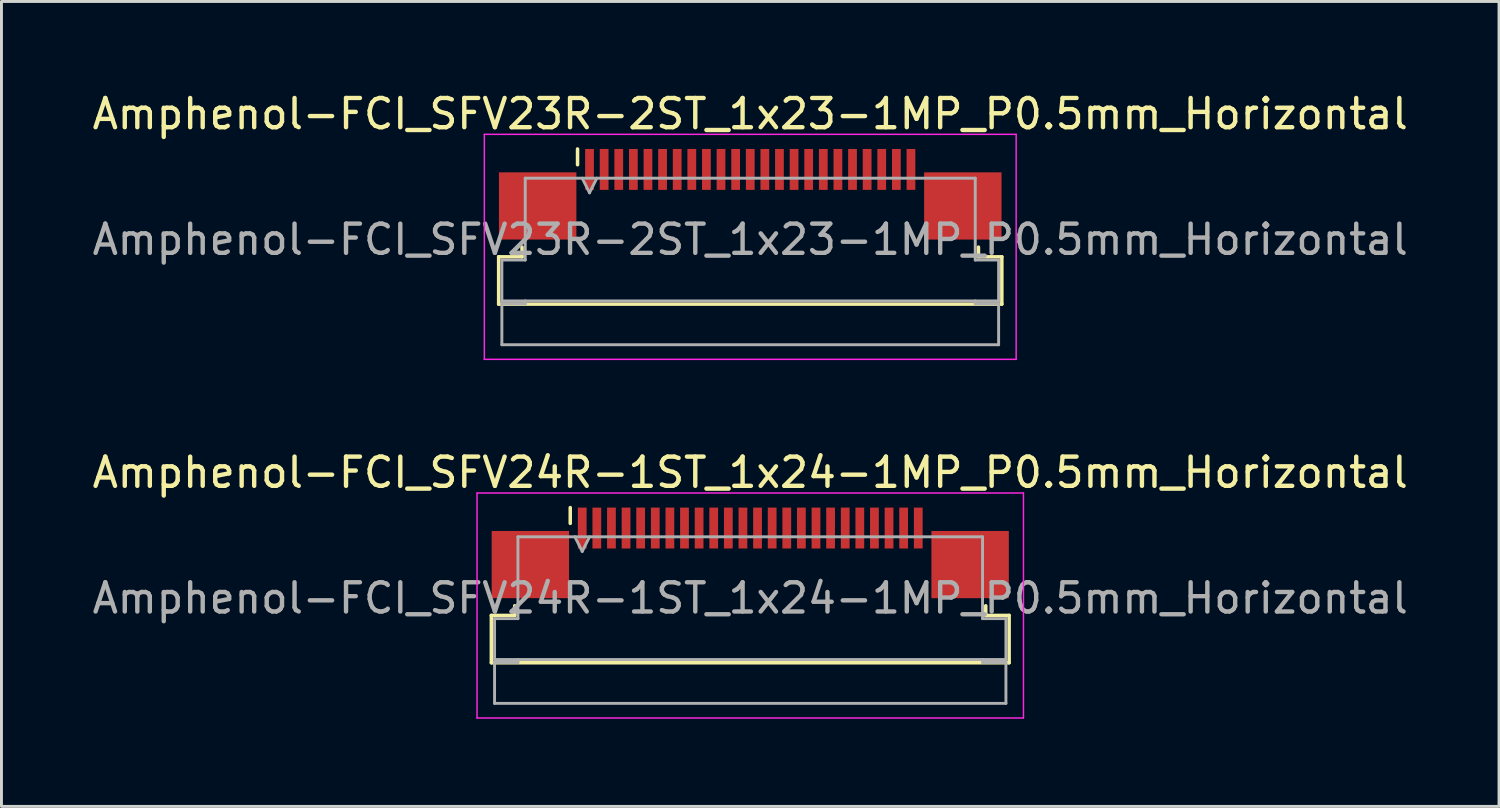
<source format=kicad_pcb>
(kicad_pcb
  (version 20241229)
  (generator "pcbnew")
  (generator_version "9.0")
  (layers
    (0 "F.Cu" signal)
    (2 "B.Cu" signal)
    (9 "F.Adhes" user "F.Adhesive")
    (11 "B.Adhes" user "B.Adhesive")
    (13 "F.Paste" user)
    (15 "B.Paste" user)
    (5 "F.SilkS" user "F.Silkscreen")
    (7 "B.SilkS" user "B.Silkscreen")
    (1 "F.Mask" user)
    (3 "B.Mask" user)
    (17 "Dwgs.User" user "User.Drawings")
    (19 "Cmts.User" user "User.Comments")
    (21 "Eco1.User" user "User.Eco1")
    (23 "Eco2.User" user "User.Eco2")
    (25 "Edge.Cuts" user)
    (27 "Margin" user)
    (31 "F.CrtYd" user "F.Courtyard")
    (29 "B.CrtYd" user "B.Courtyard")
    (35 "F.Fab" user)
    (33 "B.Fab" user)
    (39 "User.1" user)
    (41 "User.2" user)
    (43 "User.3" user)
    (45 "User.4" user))
  (footprint "Amphenol-FCI_SFV24R-1ST_1x24-1MP_P0.5mm_Horizontal"
    (layer "F.Cu")
    (at 22.625 17.021)
    (property "Reference" "Amphenol-FCI_SFV24R-1ST_1x24-1MP_P0.5mm_Horizontal" (at 0 -3.9 0) (layer "F.SilkS") (effects (font (size 1 1) (thickness 0.15))))
    (attr smd)
    (fp_line (start -8.86 0.99) (end -8.06 0.99) (stroke (width 0.12) (type solid)) (layer "F.SilkS"))
    (fp_line (start -8.86 2.61) (end -8.86 0.99) (stroke (width 0.12) (type solid)) (layer "F.SilkS"))
    (fp_line (start -8.06 0.99) (end -8.06 0.66) (stroke (width 0.12) (type solid)) (layer "F.SilkS"))
    (fp_line (start -6.16 -2.16) (end -6.16 -2.7) (stroke (width 0.12) (type solid)) (layer "F.SilkS"))
    (fp_line (start 8.06 0.66) (end 8.06 0.99) (stroke (width 0.12) (type solid)) (layer "F.SilkS"))
    (fp_line (start 8.06 0.99) (end 8.86 0.99) (stroke (width 0.12) (type solid)) (layer "F.SilkS"))
    (fp_line (start 8.86 0.99) (end 8.86 2.61) (stroke (width 0.12) (type solid)) (layer "F.SilkS"))
    (fp_line (start 8.86 2.61) (end -8.86 2.61) (stroke (width 0.12) (type solid)) (layer "F.SilkS"))
    (fp_line (start -9.35 -3.2) (end -9.35 4.5) (stroke (width 0.05) (type solid)) (layer "F.CrtYd"))
    (fp_line (start -9.35 4.5) (end 9.35 4.5) (stroke (width 0.05) (type solid)) (layer "F.CrtYd"))
    (fp_line (start 9.35 -3.2) (end -9.35 -3.2) (stroke (width 0.05) (type solid)) (layer "F.CrtYd"))
    (fp_line (start 9.35 4.5) (end 9.35 -3.2) (stroke (width 0.05) (type solid)) (layer "F.CrtYd"))
    (fp_line (start -8.75 1.1) (end -7.95 1.1) (stroke (width 0.1) (type solid)) (layer "F.Fab"))
    (fp_line (start -8.75 2.5) (end -8.75 1.1) (stroke (width 0.1) (type solid)) (layer "F.Fab"))
    (fp_line (start -8.75 2.6) (end -7.95 2.6) (stroke (width 0.1) (type solid)) (layer "F.Fab"))
    (fp_line (start -8.75 4) (end -8.75 2.6) (stroke (width 0.1) (type solid)) (layer "F.Fab"))
    (fp_line (start -7.95 -1.7) (end 7.95 -1.7) (stroke (width 0.1) (type solid)) (layer "F.Fab"))
    (fp_line (start -7.95 1.1) (end -7.95 -1.7) (stroke (width 0.1) (type solid)) (layer "F.Fab"))
    (fp_line (start -7.95 2.6) (end -7.95 2.5) (stroke (width 0.1) (type solid)) (layer "F.Fab"))
    (fp_line (start -6 -1.7) (end -5.75 -1.2) (stroke (width 0.1) (type solid)) (layer "F.Fab"))
    (fp_line (start -5.75 -1.2) (end -5.5 -1.7) (stroke (width 0.1) (type solid)) (layer "F.Fab"))
    (fp_line (start 7.95 -1.7) (end 7.95 1.1) (stroke (width 0.1) (type solid)) (layer "F.Fab"))
    (fp_line (start 7.95 1.1) (end 8.75 1.1) (stroke (width 0.1) (type solid)) (layer "F.Fab"))
    (fp_line (start 7.95 2.5) (end 7.95 2.6) (stroke (width 0.1) (type solid)) (layer "F.Fab"))
    (fp_line (start 7.95 2.6) (end 8.75 2.6) (stroke (width 0.1) (type solid)) (layer "F.Fab"))
    (fp_line (start 8.75 1.1) (end 8.75 2.5) (stroke (width 0.1) (type solid)) (layer "F.Fab"))
    (fp_line (start 8.75 2.5) (end -8.75 2.5) (stroke (width 0.1) (type solid)) (layer "F.Fab"))
    (fp_line (start 8.75 2.6) (end 8.75 4) (stroke (width 0.1) (type solid)) (layer "F.Fab"))
    (fp_line (start 8.75 4) (end -8.75 4) (stroke (width 0.1) (type solid)) (layer "F.Fab"))
    (fp_text user "${REFERENCE}" (at 0 0.4 0) (layer "F.Fab") (effects (font (size 1 1) (thickness 0.15))))
    (pad "1" smd rect (at -5.75 -2) (size 0.3 1.4) (layers "F.Cu" "F.Mask" "F.Paste"))
    (pad "2" smd rect (at -5.25 -2) (size 0.3 1.4) (layers "F.Cu" "F.Mask" "F.Paste"))
    (pad "3" smd rect (at -4.75 -2) (size 0.3 1.4) (layers "F.Cu" "F.Mask" "F.Paste"))
    (pad "4" smd rect (at -4.25 -2) (size 0.3 1.4) (layers "F.Cu" "F.Mask" "F.Paste"))
    (pad "5" smd rect (at -3.75 -2) (size 0.3 1.4) (layers "F.Cu" "F.Mask" "F.Paste"))
    (pad "6" smd rect (at -3.25 -2) (size 0.3 1.4) (layers "F.Cu" "F.Mask" "F.Paste"))
    (pad "7" smd rect (at -2.75 -2) (size 0.3 1.4) (layers "F.Cu" "F.Mask" "F.Paste"))
    (pad "8" smd rect (at -2.25 -2) (size 0.3 1.4) (layers "F.Cu" "F.Mask" "F.Paste"))
    (pad "9" smd rect (at -1.75 -2) (size 0.3 1.4) (layers "F.Cu" "F.Mask" "F.Paste"))
    (pad "10" smd rect (at -1.25 -2) (size 0.3 1.4) (layers "F.Cu" "F.Mask" "F.Paste"))
    (pad "11" smd rect (at -0.75 -2) (size 0.3 1.4) (layers "F.Cu" "F.Mask" "F.Paste"))
    (pad "12" smd rect (at -0.25 -2) (size 0.3 1.4) (layers "F.Cu" "F.Mask" "F.Paste"))
    (pad "13" smd rect (at 0.25 -2) (size 0.3 1.4) (layers "F.Cu" "F.Mask" "F.Paste"))
    (pad "14" smd rect (at 0.75 -2) (size 0.3 1.4) (layers "F.Cu" "F.Mask" "F.Paste"))
    (pad "15" smd rect (at 1.25 -2) (size 0.3 1.4) (layers "F.Cu" "F.Mask" "F.Paste"))
    (pad "16" smd rect (at 1.75 -2) (size 0.3 1.4) (layers "F.Cu" "F.Mask" "F.Paste"))
    (pad "17" smd rect (at 2.25 -2) (size 0.3 1.4) (layers "F.Cu" "F.Mask" "F.Paste"))
    (pad "18" smd rect (at 2.75 -2) (size 0.3 1.4) (layers "F.Cu" "F.Mask" "F.Paste"))
    (pad "19" smd rect (at 3.25 -2) (size 0.3 1.4) (layers "F.Cu" "F.Mask" "F.Paste"))
    (pad "20" smd rect (at 3.75 -2) (size 0.3 1.4) (layers "F.Cu" "F.Mask" "F.Paste"))
    (pad "21" smd rect (at 4.25 -2) (size 0.3 1.4) (layers "F.Cu" "F.Mask" "F.Paste"))
    (pad "22" smd rect (at 4.75 -2) (size 0.3 1.4) (layers "F.Cu" "F.Mask" "F.Paste"))
    (pad "23" smd rect (at 5.25 -2) (size 0.3 1.4) (layers "F.Cu" "F.Mask" "F.Paste"))
    (pad "24" smd rect (at 5.75 -2) (size 0.3 1.4) (layers "F.Cu" "F.Mask" "F.Paste"))
    (pad "MP" smd rect (at -7.525 -0.75) (size 2.65 2.3) (layers "F.Cu" "F.Mask" "F.Paste"))
    (pad "MP" smd rect (at 7.525 -0.75) (size 2.65 2.3) (layers "F.Cu" "F.Mask" "F.Paste")))
  (footprint "Amphenol-FCI_SFV23R-2ST_1x23-1MP_P0.5mm_Horizontal"
    (layer "F.Cu")
    (at 22.625 4.748)
    (property "Reference" "Amphenol-FCI_SFV23R-2ST_1x23-1MP_P0.5mm_Horizontal" (at 0 -3.9 0) (layer "F.SilkS") (effects (font (size 1 1) (thickness 0.15))))
    (attr smd)
    (fp_line (start -8.61 0.99) (end -7.81 0.99) (stroke (width 0.12) (type solid)) (layer "F.SilkS"))
    (fp_line (start -8.61 2.61) (end -8.61 0.99) (stroke (width 0.12) (type solid)) (layer "F.SilkS"))
    (fp_line (start -7.81 0.99) (end -7.81 0.66) (stroke (width 0.12) (type solid)) (layer "F.SilkS"))
    (fp_line (start -5.91 -2.16) (end -5.91 -2.7) (stroke (width 0.12) (type solid)) (layer "F.SilkS"))
    (fp_line (start 7.81 0.66) (end 7.81 0.99) (stroke (width 0.12) (type solid)) (layer "F.SilkS"))
    (fp_line (start 7.81 0.99) (end 8.61 0.99) (stroke (width 0.12) (type solid)) (layer "F.SilkS"))
    (fp_line (start 8.61 0.99) (end 8.61 2.61) (stroke (width 0.12) (type solid)) (layer "F.SilkS"))
    (fp_line (start 8.61 2.61) (end -8.61 2.61) (stroke (width 0.12) (type solid)) (layer "F.SilkS"))
    (fp_line (start -9.1 -3.2) (end -9.1 4.5) (stroke (width 0.05) (type solid)) (layer "F.CrtYd"))
    (fp_line (start -9.1 4.5) (end 9.1 4.5) (stroke (width 0.05) (type solid)) (layer "F.CrtYd"))
    (fp_line (start 9.1 -3.2) (end -9.1 -3.2) (stroke (width 0.05) (type solid)) (layer "F.CrtYd"))
    (fp_line (start 9.1 4.5) (end 9.1 -3.2) (stroke (width 0.05) (type solid)) (layer "F.CrtYd"))
    (fp_line (start -8.5 1.1) (end -7.7 1.1) (stroke (width 0.1) (type solid)) (layer "F.Fab"))
    (fp_line (start -8.5 2.5) (end -8.5 1.1) (stroke (width 0.1) (type solid)) (layer "F.Fab"))
    (fp_line (start -8.5 2.6) (end -7.7 2.6) (stroke (width 0.1) (type solid)) (layer "F.Fab"))
    (fp_line (start -8.5 4) (end -8.5 2.6) (stroke (width 0.1) (type solid)) (layer "F.Fab"))
    (fp_line (start -7.7 -1.7) (end 7.7 -1.7) (stroke (width 0.1) (type solid)) (layer "F.Fab"))
    (fp_line (start -7.7 1.1) (end -7.7 -1.7) (stroke (width 0.1) (type solid)) (layer "F.Fab"))
    (fp_line (start -7.7 2.6) (end -7.7 2.5) (stroke (width 0.1) (type solid)) (layer "F.Fab"))
    (fp_line (start -5.75 -1.7) (end -5.5 -1.2) (stroke (width 0.1) (type solid)) (layer "F.Fab"))
    (fp_line (start -5.5 -1.2) (end -5.25 -1.7) (stroke (width 0.1) (type solid)) (layer "F.Fab"))
    (fp_line (start 7.7 -1.7) (end 7.7 1.1) (stroke (width 0.1) (type solid)) (layer "F.Fab"))
    (fp_line (start 7.7 1.1) (end 8.5 1.1) (stroke (width 0.1) (type solid)) (layer "F.Fab"))
    (fp_line (start 7.7 2.5) (end 7.7 2.6) (stroke (width 0.1) (type solid)) (layer "F.Fab"))
    (fp_line (start 7.7 2.6) (end 8.5 2.6) (stroke (width 0.1) (type solid)) (layer "F.Fab"))
    (fp_line (start 8.5 1.1) (end 8.5 2.5) (stroke (width 0.1) (type solid)) (layer "F.Fab"))
    (fp_line (start 8.5 2.5) (end -8.5 2.5) (stroke (width 0.1) (type solid)) (layer "F.Fab"))
    (fp_line (start 8.5 2.6) (end 8.5 4) (stroke (width 0.1) (type solid)) (layer "F.Fab"))
    (fp_line (start 8.5 4) (end -8.5 4) (stroke (width 0.1) (type solid)) (layer "F.Fab"))
    (fp_text user "${REFERENCE}" (at 0 0.4 0) (layer "F.Fab") (effects (font (size 1 1) (thickness 0.15))))
    (pad "1" smd rect (at -5.5 -2) (size 0.3 1.4) (layers "F.Cu" "F.Mask" "F.Paste"))
    (pad "2" smd rect (at -5 -2) (size 0.3 1.4) (layers "F.Cu" "F.Mask" "F.Paste"))
    (pad "3" smd rect (at -4.5 -2) (size 0.3 1.4) (layers "F.Cu" "F.Mask" "F.Paste"))
    (pad "4" smd rect (at -4 -2) (size 0.3 1.4) (layers "F.Cu" "F.Mask" "F.Paste"))
    (pad "5" smd rect (at -3.5 -2) (size 0.3 1.4) (layers "F.Cu" "F.Mask" "F.Paste"))
    (pad "6" smd rect (at -3 -2) (size 0.3 1.4) (layers "F.Cu" "F.Mask" "F.Paste"))
    (pad "7" smd rect (at -2.5 -2) (size 0.3 1.4) (layers "F.Cu" "F.Mask" "F.Paste"))
    (pad "8" smd rect (at -2 -2) (size 0.3 1.4) (layers "F.Cu" "F.Mask" "F.Paste"))
    (pad "9" smd rect (at -1.5 -2) (size 0.3 1.4) (layers "F.Cu" "F.Mask" "F.Paste"))
    (pad "10" smd rect (at -1 -2) (size 0.3 1.4) (layers "F.Cu" "F.Mask" "F.Paste"))
    (pad "11" smd rect (at -0.5 -2) (size 0.3 1.4) (layers "F.Cu" "F.Mask" "F.Paste"))
    (pad "12" smd rect (at 0 -2) (size 0.3 1.4) (layers "F.Cu" "F.Mask" "F.Paste"))
    (pad "13" smd rect (at 0.5 -2) (size 0.3 1.4) (layers "F.Cu" "F.Mask" "F.Paste"))
    (pad "14" smd rect (at 1 -2) (size 0.3 1.4) (layers "F.Cu" "F.Mask" "F.Paste"))
    (pad "15" smd rect (at 1.5 -2) (size 0.3 1.4) (layers "F.Cu" "F.Mask" "F.Paste"))
    (pad "16" smd rect (at 2 -2) (size 0.3 1.4) (layers "F.Cu" "F.Mask" "F.Paste"))
    (pad "17" smd rect (at 2.5 -2) (size 0.3 1.4) (layers "F.Cu" "F.Mask" "F.Paste"))
    (pad "18" smd rect (at 3 -2) (size 0.3 1.4) (layers "F.Cu" "F.Mask" "F.Paste"))
    (pad "19" smd rect (at 3.5 -2) (size 0.3 1.4) (layers "F.Cu" "F.Mask" "F.Paste"))
    (pad "20" smd rect (at 4 -2) (size 0.3 1.4) (layers "F.Cu" "F.Mask" "F.Paste"))
    (pad "21" smd rect (at 4.5 -2) (size 0.3 1.4) (layers "F.Cu" "F.Mask" "F.Paste"))
    (pad "22" smd rect (at 5 -2) (size 0.3 1.4) (layers "F.Cu" "F.Mask" "F.Paste"))
    (pad "23" smd rect (at 5.5 -2) (size 0.3 1.4) (layers "F.Cu" "F.Mask" "F.Paste"))
    (pad "MP" smd rect (at -7.275 -0.75) (size 2.65 2.3) (layers "F.Cu" "F.Mask" "F.Paste"))
    (pad "MP" smd rect (at 7.275 -0.75) (size 2.65 2.3) (layers "F.Cu" "F.Mask" "F.Paste")))
  (gr_rect
    (start -3 -3)
    (end 48.25 24.547)
    (stroke (width 0.1) (type default))
    (fill no)
    (layer "Edge.Cuts")))
</source>
